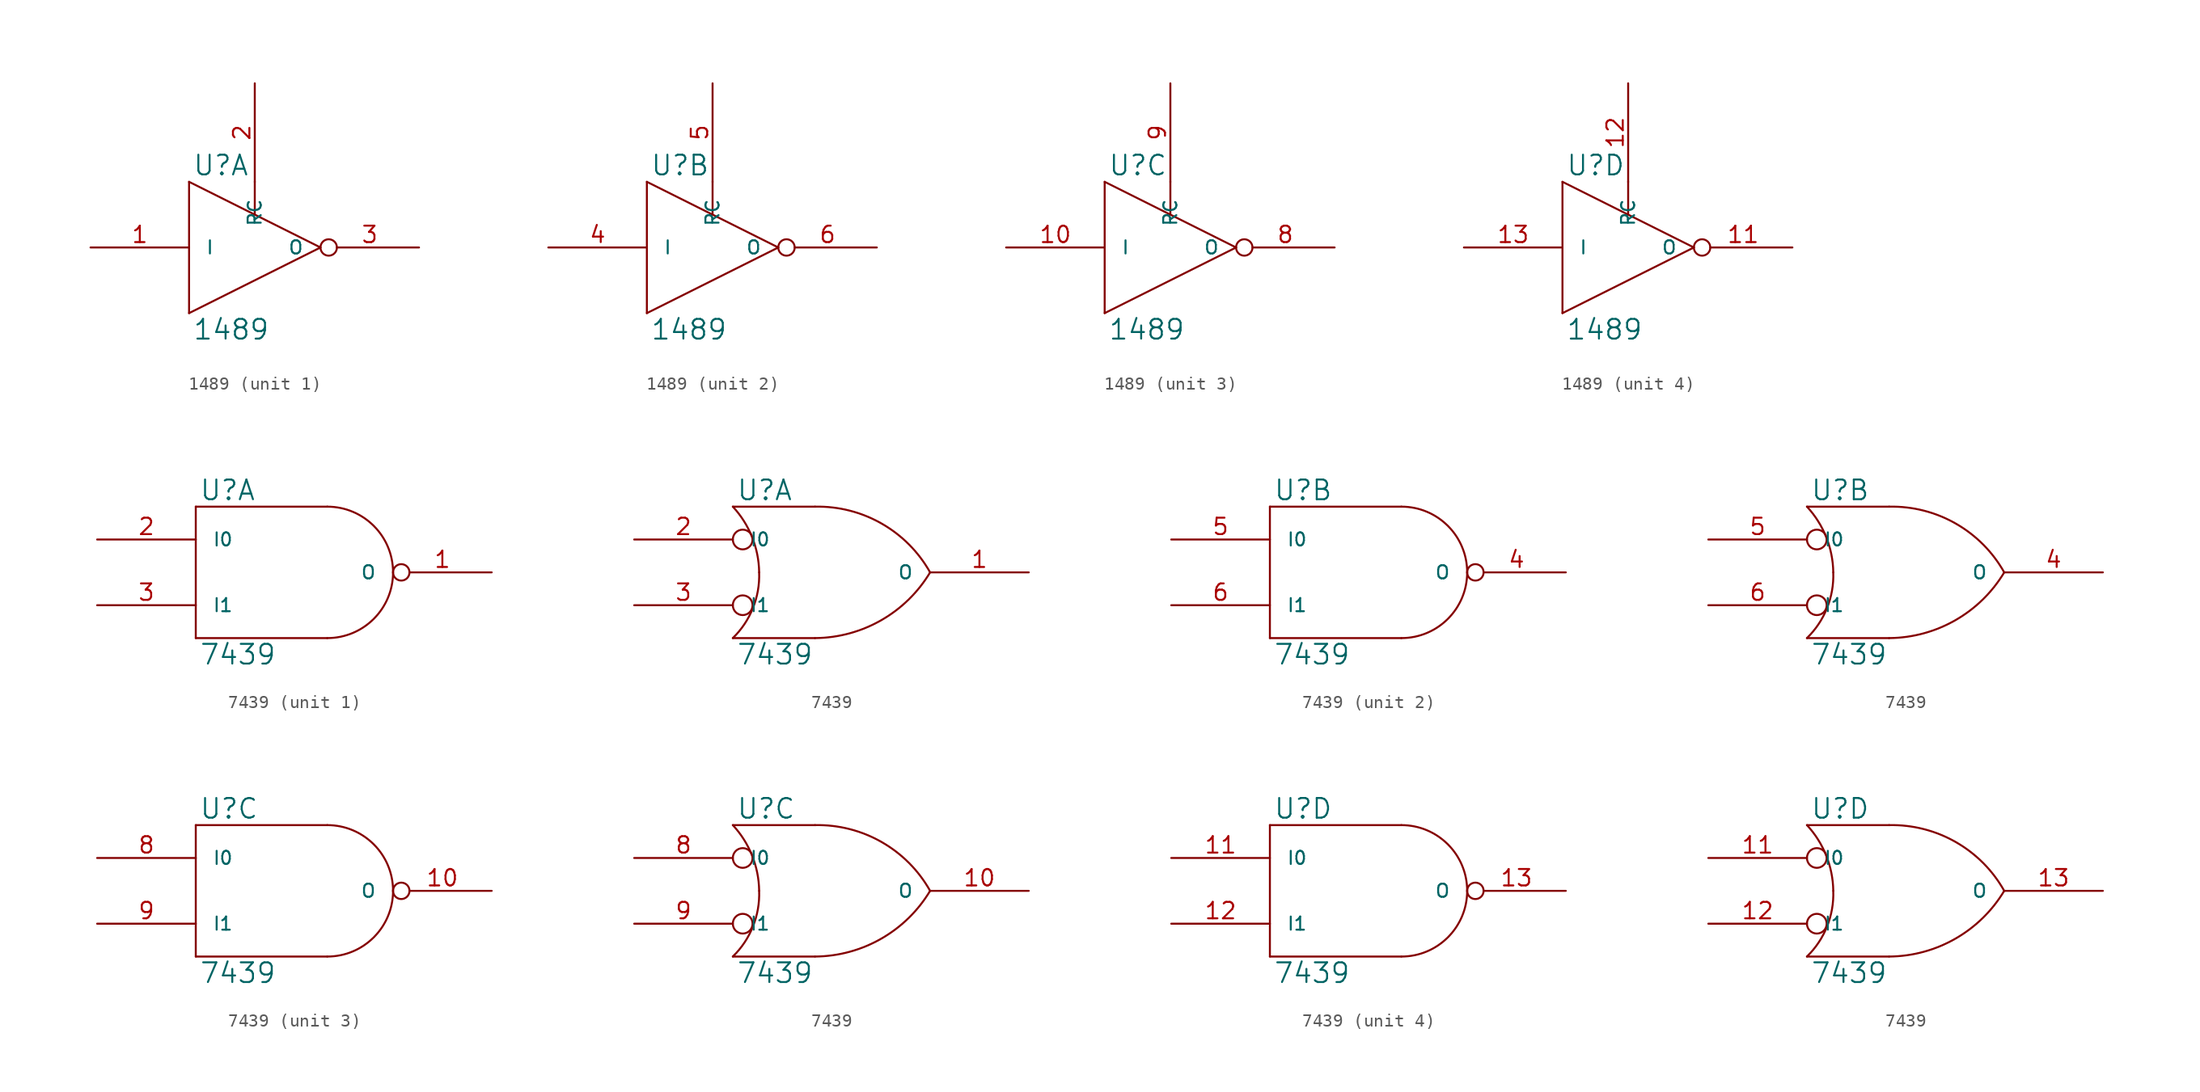
<source format=kicad_sym>
(kicad_symbol_lib
  (version 20231120)
  (generator "kicad_symbol_editor")
  (generator_version "8.0")
  (symbol "1489"
    (pin_names
      (offset 1.27))
    (property "Reference" "U"
      (at 0.254 0.381 0)
      (effects (font (size 1.524 1.524)) (justify left bottom)))
    (property "Value" "1489"
      (at 0.254 -10.541 0)
      (effects (font (size 1.524 1.524)) (justify left top)))
    (symbol "1489_0_1"
      (polyline (pts (xy 0 -10.16) (xy 0 0)) (stroke (width 0) (type solid)) (fill (type none)))
      (polyline (pts (xy 0 0) (xy 10.16 -5.08)) (stroke (width 0) (type solid)) (fill (type none)))
      (polyline (pts (xy 5.08 0) (xy 5.08 -2.54)) (stroke (width 0) (type solid)) (fill (type none)))
      (polyline (pts (xy 10.16 -5.08) (xy 0 -10.16)) (stroke (width 0) (type solid)) (fill (type none))))
    (symbol "1489_1_1"
      (pin input line (at -7.62 -5.08 0) (length 7.62) (name "I" (effects (font (size 1.016 1.016)))) (number "1" (effects (font (size 1.27 1.27)))))
      (pin power_in line (at 0 0 270) (length 0) hide (name "VCC" (effects (font (size 1.016 1.016)))) (number "14" (effects (font (size 1.27 1.27)))))
      (pin input line (at 5.08 7.62 270) (length 7.62) (name "RC" (effects (font (size 1.016 1.016)))) (number "2" (effects (font (size 1.27 1.27)))))
      (pin output inverted (at 17.78 -5.08 180) (length 7.62) (name "O" (effects (font (size 1.016 1.016)))) (number "3" (effects (font (size 1.27 1.27)))))
      (pin power_in line (at 0 -10.16 90) (length 0) hide (name "GND" (effects (font (size 1.016 1.016)))) (number "7" (effects (font (size 1.27 1.27))))))
    (symbol "1489_2_1"
      (pin power_in line (at 0 0 270) (length 0) hide (name "VCC" (effects (font (size 1.016 1.016)))) (number "14" (effects (font (size 1.27 1.27)))))
      (pin input line (at -7.62 -5.08 0) (length 7.62) (name "I" (effects (font (size 1.016 1.016)))) (number "4" (effects (font (size 1.27 1.27)))))
      (pin input line (at 5.08 7.62 270) (length 7.62) (name "RC" (effects (font (size 1.016 1.016)))) (number "5" (effects (font (size 1.27 1.27)))))
      (pin output inverted (at 17.78 -5.08 180) (length 7.62) (name "O" (effects (font (size 1.016 1.016)))) (number "6" (effects (font (size 1.27 1.27)))))
      (pin power_in line (at 0 -10.16 90) (length 0) hide (name "GND" (effects (font (size 1.016 1.016)))) (number "7" (effects (font (size 1.27 1.27))))))
    (symbol "1489_3_1"
      (pin input line (at -7.62 -5.08 0) (length 7.62) (name "I" (effects (font (size 1.016 1.016)))) (number "10" (effects (font (size 1.27 1.27)))))
      (pin power_in line (at 0 0 270) (length 0) hide (name "VCC" (effects (font (size 1.016 1.016)))) (number "14" (effects (font (size 1.27 1.27)))))
      (pin power_in line (at 0 -10.16 90) (length 0) hide (name "GND" (effects (font (size 1.016 1.016)))) (number "7" (effects (font (size 1.27 1.27)))))
      (pin output inverted (at 17.78 -5.08 180) (length 7.62) (name "O" (effects (font (size 1.016 1.016)))) (number "8" (effects (font (size 1.27 1.27)))))
      (pin input line (at 5.08 7.62 270) (length 7.62) (name "RC" (effects (font (size 1.016 1.016)))) (number "9" (effects (font (size 1.27 1.27))))))
    (symbol "1489_4_1"
      (pin output inverted (at 17.78 -5.08 180) (length 7.62) (name "O" (effects (font (size 1.016 1.016)))) (number "11" (effects (font (size 1.27 1.27)))))
      (pin input line (at 5.08 7.62 270) (length 7.62) (name "RC" (effects (font (size 1.016 1.016)))) (number "12" (effects (font (size 1.27 1.27)))))
      (pin input line (at -7.62 -5.08 0) (length 7.62) (name "I" (effects (font (size 1.016 1.016)))) (number "13" (effects (font (size 1.27 1.27)))))
      (pin power_in line (at 0 0 270) (length 0) hide (name "VCC" (effects (font (size 1.016 1.016)))) (number "14" (effects (font (size 1.27 1.27)))))
      (pin power_in line (at 0 -10.16 90) (length 0) hide (name "GND" (effects (font (size 1.016 1.016)))) (number "7" (effects (font (size 1.27 1.27)))))))
  (symbol "7439"
    (pin_names
      (offset 1.27))
    (property "Reference" "U"
      (at 0.254 0.381 0)
      (effects (font (size 1.524 1.524)) (justify left bottom)))
    (property "Value" "7439"
      (at 0.254 -10.541 0)
      (effects (font (size 1.524 1.524)) (justify left top)))
    (symbol "7439_0_1"
      (polyline (pts (xy 0 -10.16) (xy 10.16 -10.16)) (stroke (width 0) (type solid)) (fill (type none)))
      (polyline (pts (xy 0 0) (xy 0 -10.16)) (stroke (width 0) (type solid)) (fill (type none)))
      (polyline (pts (xy 10.16 0) (xy 0 0)) (stroke (width 0) (type solid)) (fill (type none)))
      (arc (start 10.16 -10.16) (mid 13.7521 -8.6721) (end 15.24 -5.08) (stroke (width 0) (type solid)) (fill (type none)))
      (arc (start 15.24 -5.08) (mid 13.7521 -1.4879) (end 10.16 0) (stroke (width 0) (type solid)) (fill (type none))))
    (symbol "7439_0_2"
      (arc (start 0 -10.16) (mid 1.5573 -7.8293) (end 2.032 -5.08) (stroke (width 0) (type solid)) (fill (type none)))
      (polyline (pts (xy 6.35 -10.16) (xy 0 -10.16)) (stroke (width 0) (type solid)) (fill (type none)))
      (polyline (pts (xy 6.35 0) (xy 0 0)) (stroke (width 0) (type solid)) (fill (type none)))
      (circle (center 0.762 -7.62) (radius 0.762) (stroke (width 0) (type solid)) (fill (type none)))
      (circle (center 0.762 -2.54) (radius 0.762) (stroke (width 0) (type solid)) (fill (type none)))
      (arc (start 2.032 -5.08) (mid 1.4906 -2.3584) (end 0 0) (stroke (width 0) (type solid)) (fill (type none)))
      (arc (start 6.35 -10.16) (mid 11.4496 -8.7875) (end 15.24 -5.08) (stroke (width 0) (type solid)) (fill (type none)))
      (arc (start 15.24 -5.08) (mid 11.4893 -1.3041) (end 6.35 0) (stroke (width 0) (type solid)) (fill (type none))))
    (symbol "7439_1_1"
      (pin open_collector inverted (at 22.86 -5.08 180) (length 7.62) (name "O" (effects (font (size 1.016 1.016)))) (number "1" (effects (font (size 1.27 1.27)))))
      (pin power_in line (at 0 0 270) (length 0) hide (name "VCC" (effects (font (size 1.016 1.016)))) (number "14" (effects (font (size 1.27 1.27)))))
      (pin input line (at -7.62 -2.54 0) (length 7.62) (name "I0" (effects (font (size 1.016 1.016)))) (number "2" (effects (font (size 1.27 1.27)))))
      (pin input line (at -7.62 -7.62 0) (length 7.62) (name "I1" (effects (font (size 1.016 1.016)))) (number "3" (effects (font (size 1.27 1.27)))))
      (pin power_in line (at 0 -10.16 90) (length 0) hide (name "GND" (effects (font (size 1.016 1.016)))) (number "7" (effects (font (size 1.27 1.27))))))
    (symbol "7439_1_2"
      (pin open_collector line (at 22.86 -5.08 180) (length 7.62) (name "O" (effects (font (size 1.016 1.016)))) (number "1" (effects (font (size 1.27 1.27)))))
      (pin power_in line (at 0 0 270) (length 0) hide (name "VCC" (effects (font (size 1.016 1.016)))) (number "14" (effects (font (size 1.27 1.27)))))
      (pin input line (at -7.62 -2.54 0) (length 7.62) (name "I0" (effects (font (size 1.016 1.016)))) (number "2" (effects (font (size 1.27 1.27)))))
      (pin input line (at -7.62 -7.62 0) (length 7.62) (name "I1" (effects (font (size 1.016 1.016)))) (number "3" (effects (font (size 1.27 1.27)))))
      (pin power_in line (at 0 -10.16 90) (length 0) hide (name "GND" (effects (font (size 1.016 1.016)))) (number "7" (effects (font (size 1.27 1.27))))))
    (symbol "7439_2_1"
      (pin power_in line (at 0 0 270) (length 0) hide (name "VCC" (effects (font (size 1.016 1.016)))) (number "14" (effects (font (size 1.27 1.27)))))
      (pin open_collector inverted (at 22.86 -5.08 180) (length 7.62) (name "O" (effects (font (size 1.016 1.016)))) (number "4" (effects (font (size 1.27 1.27)))))
      (pin input line (at -7.62 -2.54 0) (length 7.62) (name "I0" (effects (font (size 1.016 1.016)))) (number "5" (effects (font (size 1.27 1.27)))))
      (pin input line (at -7.62 -7.62 0) (length 7.62) (name "I1" (effects (font (size 1.016 1.016)))) (number "6" (effects (font (size 1.27 1.27)))))
      (pin power_in line (at 0 -10.16 90) (length 0) hide (name "GND" (effects (font (size 1.016 1.016)))) (number "7" (effects (font (size 1.27 1.27))))))
    (symbol "7439_2_2"
      (pin power_in line (at 0 0 270) (length 0) hide (name "VCC" (effects (font (size 1.016 1.016)))) (number "14" (effects (font (size 1.27 1.27)))))
      (pin open_collector line (at 22.86 -5.08 180) (length 7.62) (name "O" (effects (font (size 1.016 1.016)))) (number "4" (effects (font (size 1.27 1.27)))))
      (pin input line (at -7.62 -2.54 0) (length 7.62) (name "I0" (effects (font (size 1.016 1.016)))) (number "5" (effects (font (size 1.27 1.27)))))
      (pin input line (at -7.62 -7.62 0) (length 7.62) (name "I1" (effects (font (size 1.016 1.016)))) (number "6" (effects (font (size 1.27 1.27)))))
      (pin power_in line (at 0 -10.16 90) (length 0) hide (name "GND" (effects (font (size 1.016 1.016)))) (number "7" (effects (font (size 1.27 1.27))))))
    (symbol "7439_3_1"
      (pin open_collector inverted (at 22.86 -5.08 180) (length 7.62) (name "O" (effects (font (size 1.016 1.016)))) (number "10" (effects (font (size 1.27 1.27)))))
      (pin power_in line (at 0 0 270) (length 0) hide (name "VCC" (effects (font (size 1.016 1.016)))) (number "14" (effects (font (size 1.27 1.27)))))
      (pin power_in line (at 0 -10.16 90) (length 0) hide (name "GND" (effects (font (size 1.016 1.016)))) (number "7" (effects (font (size 1.27 1.27)))))
      (pin input line (at -7.62 -2.54 0) (length 7.62) (name "I0" (effects (font (size 1.016 1.016)))) (number "8" (effects (font (size 1.27 1.27)))))
      (pin input line (at -7.62 -7.62 0) (length 7.62) (name "I1" (effects (font (size 1.016 1.016)))) (number "9" (effects (font (size 1.27 1.27))))))
    (symbol "7439_3_2"
      (pin open_collector line (at 22.86 -5.08 180) (length 7.62) (name "O" (effects (font (size 1.016 1.016)))) (number "10" (effects (font (size 1.27 1.27)))))
      (pin power_in line (at 0 0 270) (length 0) hide (name "VCC" (effects (font (size 1.016 1.016)))) (number "14" (effects (font (size 1.27 1.27)))))
      (pin power_in line (at 0 -10.16 90) (length 0) hide (name "GND" (effects (font (size 1.016 1.016)))) (number "7" (effects (font (size 1.27 1.27)))))
      (pin input line (at -7.62 -2.54 0) (length 7.62) (name "I0" (effects (font (size 1.016 1.016)))) (number "8" (effects (font (size 1.27 1.27)))))
      (pin input line (at -7.62 -7.62 0) (length 7.62) (name "I1" (effects (font (size 1.016 1.016)))) (number "9" (effects (font (size 1.27 1.27))))))
    (symbol "7439_4_1"
      (pin input line (at -7.62 -2.54 0) (length 7.62) (name "I0" (effects (font (size 1.016 1.016)))) (number "11" (effects (font (size 1.27 1.27)))))
      (pin input line (at -7.62 -7.62 0) (length 7.62) (name "I1" (effects (font (size 1.016 1.016)))) (number "12" (effects (font (size 1.27 1.27)))))
      (pin open_collector inverted (at 22.86 -5.08 180) (length 7.62) (name "O" (effects (font (size 1.016 1.016)))) (number "13" (effects (font (size 1.27 1.27)))))
      (pin power_in line (at 0 0 270) (length 0) hide (name "VCC" (effects (font (size 1.016 1.016)))) (number "14" (effects (font (size 1.27 1.27)))))
      (pin power_in line (at 0 -10.16 90) (length 0) hide (name "GND" (effects (font (size 1.016 1.016)))) (number "7" (effects (font (size 1.27 1.27))))))
    (symbol "7439_4_2"
      (pin input line (at -7.62 -2.54 0) (length 7.62) (name "I0" (effects (font (size 1.016 1.016)))) (number "11" (effects (font (size 1.27 1.27)))))
      (pin input line (at -7.62 -7.62 0) (length 7.62) (name "I1" (effects (font (size 1.016 1.016)))) (number "12" (effects (font (size 1.27 1.27)))))
      (pin open_collector line (at 22.86 -5.08 180) (length 7.62) (name "O" (effects (font (size 1.016 1.016)))) (number "13" (effects (font (size 1.27 1.27)))))
      (pin power_in line (at 0 0 270) (length 0) hide (name "VCC" (effects (font (size 1.016 1.016)))) (number "14" (effects (font (size 1.27 1.27)))))
      (pin power_in line (at 0 -10.16 90) (length 0) hide (name "GND" (effects (font (size 1.016 1.016)))) (number "7" (effects (font (size 1.27 1.27))))))))
</source>
